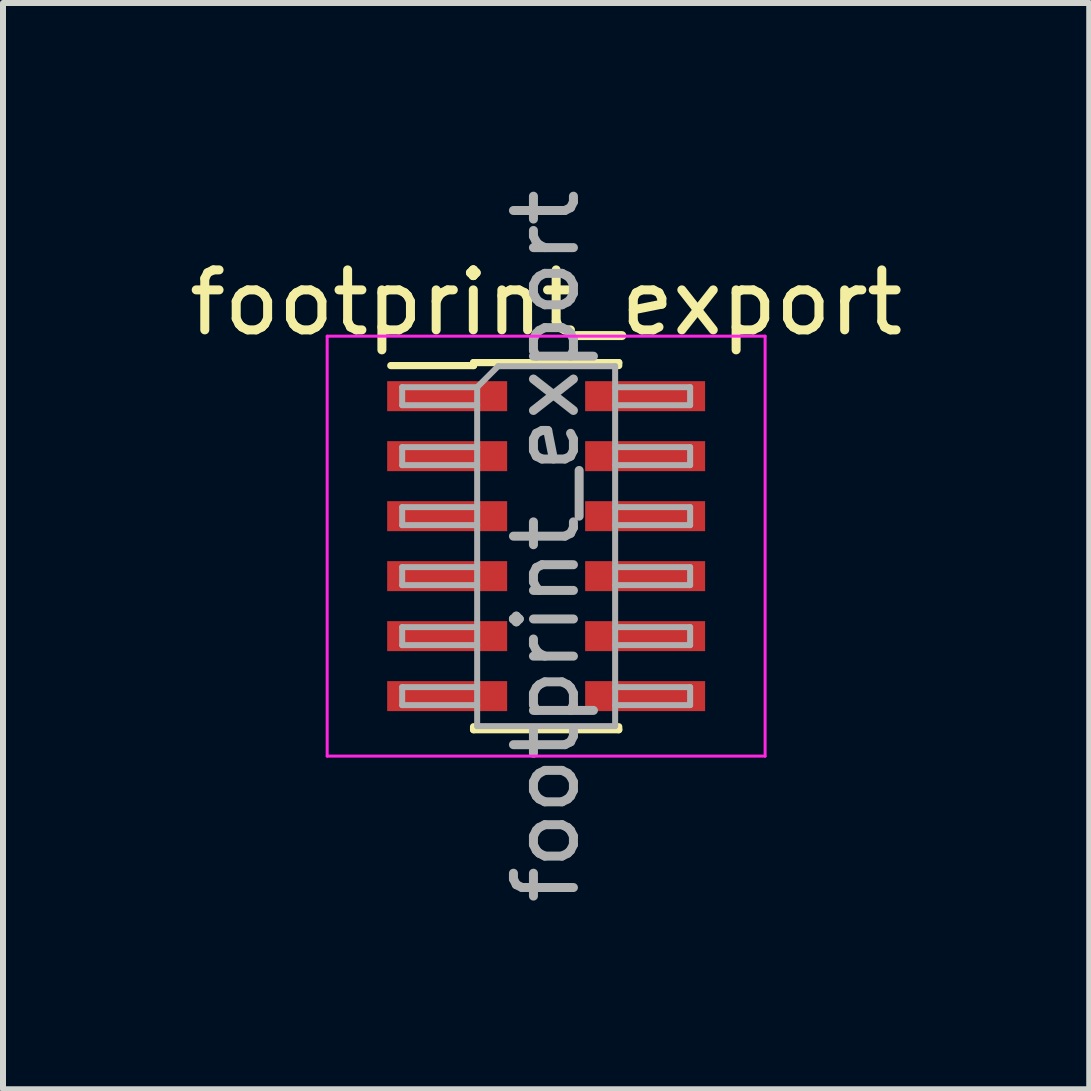
<source format=kicad_pcb>
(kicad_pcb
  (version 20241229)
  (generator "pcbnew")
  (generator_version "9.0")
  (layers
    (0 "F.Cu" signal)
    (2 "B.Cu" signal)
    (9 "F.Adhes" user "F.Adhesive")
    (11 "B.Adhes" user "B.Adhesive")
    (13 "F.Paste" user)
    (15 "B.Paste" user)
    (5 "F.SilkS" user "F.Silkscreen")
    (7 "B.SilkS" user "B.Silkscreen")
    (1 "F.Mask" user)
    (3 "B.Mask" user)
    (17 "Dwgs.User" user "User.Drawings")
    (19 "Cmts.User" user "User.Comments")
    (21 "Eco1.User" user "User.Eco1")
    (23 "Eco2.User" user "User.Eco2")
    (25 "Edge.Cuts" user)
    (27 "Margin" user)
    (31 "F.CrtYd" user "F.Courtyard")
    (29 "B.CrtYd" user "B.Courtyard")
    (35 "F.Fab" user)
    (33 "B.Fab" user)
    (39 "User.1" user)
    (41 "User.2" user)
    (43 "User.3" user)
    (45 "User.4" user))
  (footprint "footprint_export"
    (layer "F.Cu")
    (at 6.054 6.054)
    (property "Reference" "footprint_export" (at 0 -4.06 0) (layer "F.SilkS") (effects (font (size 1 1) (thickness 0.15))))
    (attr smd)
    (fp_line (start -2.59 -3.01) (end -1.21 -3.01) (stroke (width 0.12) (type solid)) (layer "F.SilkS"))
    (fp_line (start -1.21 -3.06) (end -1.21 -3.01) (stroke (width 0.12) (type solid)) (layer "F.SilkS"))
    (fp_line (start -1.21 -3.06) (end 1.21 -3.06) (stroke (width 0.12) (type solid)) (layer "F.SilkS"))
    (fp_line (start -1.21 3.01) (end -1.21 3.06) (stroke (width 0.12) (type solid)) (layer "F.SilkS"))
    (fp_line (start -1.21 3.06) (end 1.21 3.06) (stroke (width 0.12) (type solid)) (layer "F.SilkS"))
    (fp_line (start 1.21 -3.06) (end 1.21 -3.01) (stroke (width 0.12) (type solid)) (layer "F.SilkS"))
    (fp_line (start 1.21 3.01) (end 1.21 3.06) (stroke (width 0.12) (type solid)) (layer "F.SilkS"))
    (fp_line (start -3.65 -3.5) (end -3.65 3.5) (stroke (width 0.05) (type solid)) (layer "F.CrtYd"))
    (fp_line (start -3.65 3.5) (end 3.65 3.5) (stroke (width 0.05) (type solid)) (layer "F.CrtYd"))
    (fp_line (start 3.65 -3.5) (end -3.65 -3.5) (stroke (width 0.05) (type solid)) (layer "F.CrtYd"))
    (fp_line (start 3.65 3.5) (end 3.65 -3.5) (stroke (width 0.05) (type solid)) (layer "F.CrtYd"))
    (fp_line (start -2.4 -2.65) (end -2.4 -2.35) (stroke (width 0.1) (type solid)) (layer "F.Fab"))
    (fp_line (start -2.4 -2.35) (end -1.15 -2.35) (stroke (width 0.1) (type solid)) (layer "F.Fab"))
    (fp_line (start -2.4 -1.65) (end -2.4 -1.35) (stroke (width 0.1) (type solid)) (layer "F.Fab"))
    (fp_line (start -2.4 -1.35) (end -1.15 -1.35) (stroke (width 0.1) (type solid)) (layer "F.Fab"))
    (fp_line (start -2.4 -0.65) (end -2.4 -0.35) (stroke (width 0.1) (type solid)) (layer "F.Fab"))
    (fp_line (start -2.4 -0.35) (end -1.15 -0.35) (stroke (width 0.1) (type solid)) (layer "F.Fab"))
    (fp_line (start -2.4 0.35) (end -2.4 0.65) (stroke (width 0.1) (type solid)) (layer "F.Fab"))
    (fp_line (start -2.4 0.65) (end -1.15 0.65) (stroke (width 0.1) (type solid)) (layer "F.Fab"))
    (fp_line (start -2.4 1.35) (end -2.4 1.65) (stroke (width 0.1) (type solid)) (layer "F.Fab"))
    (fp_line (start -2.4 1.65) (end -1.15 1.65) (stroke (width 0.1) (type solid)) (layer "F.Fab"))
    (fp_line (start -2.4 2.35) (end -2.4 2.65) (stroke (width 0.1) (type solid)) (layer "F.Fab"))
    (fp_line (start -2.4 2.65) (end -1.15 2.65) (stroke (width 0.1) (type solid)) (layer "F.Fab"))
    (fp_line (start -1.15 -2.65) (end -2.4 -2.65) (stroke (width 0.1) (type solid)) (layer "F.Fab"))
    (fp_line (start -1.15 -2.65) (end -0.8 -3) (stroke (width 0.1) (type solid)) (layer "F.Fab"))
    (fp_line (start -1.15 -1.65) (end -2.4 -1.65) (stroke (width 0.1) (type solid)) (layer "F.Fab"))
    (fp_line (start -1.15 -0.65) (end -2.4 -0.65) (stroke (width 0.1) (type solid)) (layer "F.Fab"))
    (fp_line (start -1.15 0.35) (end -2.4 0.35) (stroke (width 0.1) (type solid)) (layer "F.Fab"))
    (fp_line (start -1.15 1.35) (end -2.4 1.35) (stroke (width 0.1) (type solid)) (layer "F.Fab"))
    (fp_line (start -1.15 2.35) (end -2.4 2.35) (stroke (width 0.1) (type solid)) (layer "F.Fab"))
    (fp_line (start -1.15 3) (end -1.15 -2.65) (stroke (width 0.1) (type solid)) (layer "F.Fab"))
    (fp_line (start -0.8 -3) (end 1.15 -3) (stroke (width 0.1) (type solid)) (layer "F.Fab"))
    (fp_line (start 1.15 -3) (end 1.15 3) (stroke (width 0.1) (type solid)) (layer "F.Fab"))
    (fp_line (start 1.15 -2.65) (end 2.4 -2.65) (stroke (width 0.1) (type solid)) (layer "F.Fab"))
    (fp_line (start 1.15 -1.65) (end 2.4 -1.65) (stroke (width 0.1) (type solid)) (layer "F.Fab"))
    (fp_line (start 1.15 -0.65) (end 2.4 -0.65) (stroke (width 0.1) (type solid)) (layer "F.Fab"))
    (fp_line (start 1.15 0.35) (end 2.4 0.35) (stroke (width 0.1) (type solid)) (layer "F.Fab"))
    (fp_line (start 1.15 1.35) (end 2.4 1.35) (stroke (width 0.1) (type solid)) (layer "F.Fab"))
    (fp_line (start 1.15 2.35) (end 2.4 2.35) (stroke (width 0.1) (type solid)) (layer "F.Fab"))
    (fp_line (start 1.15 3) (end -1.15 3) (stroke (width 0.1) (type solid)) (layer "F.Fab"))
    (fp_line (start 2.4 -2.65) (end 2.4 -2.35) (stroke (width 0.1) (type solid)) (layer "F.Fab"))
    (fp_line (start 2.4 -2.35) (end 1.15 -2.35) (stroke (width 0.1) (type solid)) (layer "F.Fab"))
    (fp_line (start 2.4 -1.65) (end 2.4 -1.35) (stroke (width 0.1) (type solid)) (layer "F.Fab"))
    (fp_line (start 2.4 -1.35) (end 1.15 -1.35) (stroke (width 0.1) (type solid)) (layer "F.Fab"))
    (fp_line (start 2.4 -0.65) (end 2.4 -0.35) (stroke (width 0.1) (type solid)) (layer "F.Fab"))
    (fp_line (start 2.4 -0.35) (end 1.15 -0.35) (stroke (width 0.1) (type solid)) (layer "F.Fab"))
    (fp_line (start 2.4 0.35) (end 2.4 0.65) (stroke (width 0.1) (type solid)) (layer "F.Fab"))
    (fp_line (start 2.4 0.65) (end 1.15 0.65) (stroke (width 0.1) (type solid)) (layer "F.Fab"))
    (fp_line (start 2.4 1.35) (end 2.4 1.65) (stroke (width 0.1) (type solid)) (layer "F.Fab"))
    (fp_line (start 2.4 1.65) (end 1.15 1.65) (stroke (width 0.1) (type solid)) (layer "F.Fab"))
    (fp_line (start 2.4 2.35) (end 2.4 2.65) (stroke (width 0.1) (type solid)) (layer "F.Fab"))
    (fp_line (start 2.4 2.65) (end 1.15 2.65) (stroke (width 0.1) (type solid)) (layer "F.Fab"))
    (fp_text user "${REFERENCE}" (at 0 0 90) (layer "F.Fab") (effects (font (size 1 1) (thickness 0.15))))
    (pad "1" smd rect (at -1.65 -2.5) (size 2 0.5) (layers "F.Cu" "F.Mask" "F.Paste"))
    (pad "2" smd rect (at 1.65 -2.5) (size 2 0.5) (layers "F.Cu" "F.Mask" "F.Paste"))
    (pad "3" smd rect (at -1.65 -1.5) (size 2 0.5) (layers "F.Cu" "F.Mask" "F.Paste"))
    (pad "4" smd rect (at 1.65 -1.5) (size 2 0.5) (layers "F.Cu" "F.Mask" "F.Paste"))
    (pad "5" smd rect (at -1.65 -0.5) (size 2 0.5) (layers "F.Cu" "F.Mask" "F.Paste"))
    (pad "6" smd rect (at 1.65 -0.5) (size 2 0.5) (layers "F.Cu" "F.Mask" "F.Paste"))
    (pad "7" smd rect (at -1.65 0.5) (size 2 0.5) (layers "F.Cu" "F.Mask" "F.Paste"))
    (pad "8" smd rect (at 1.65 0.5) (size 2 0.5) (layers "F.Cu" "F.Mask" "F.Paste"))
    (pad "9" smd rect (at -1.65 1.5) (size 2 0.5) (layers "F.Cu" "F.Mask" "F.Paste"))
    (pad "10" smd rect (at 1.65 1.5) (size 2 0.5) (layers "F.Cu" "F.Mask" "F.Paste"))
    (pad "11" smd rect (at -1.65 2.5) (size 2 0.5) (layers "F.Cu" "F.Mask" "F.Paste"))
    (pad "12" smd rect (at 1.65 2.5) (size 2 0.5) (layers "F.Cu" "F.Mask" "F.Paste")))
  (gr_rect
    (start -3 -3)
    (end 15.107 15.107)
    (stroke (width 0.1) (type default))
    (fill no)
    (layer "Edge.Cuts")))
</source>
